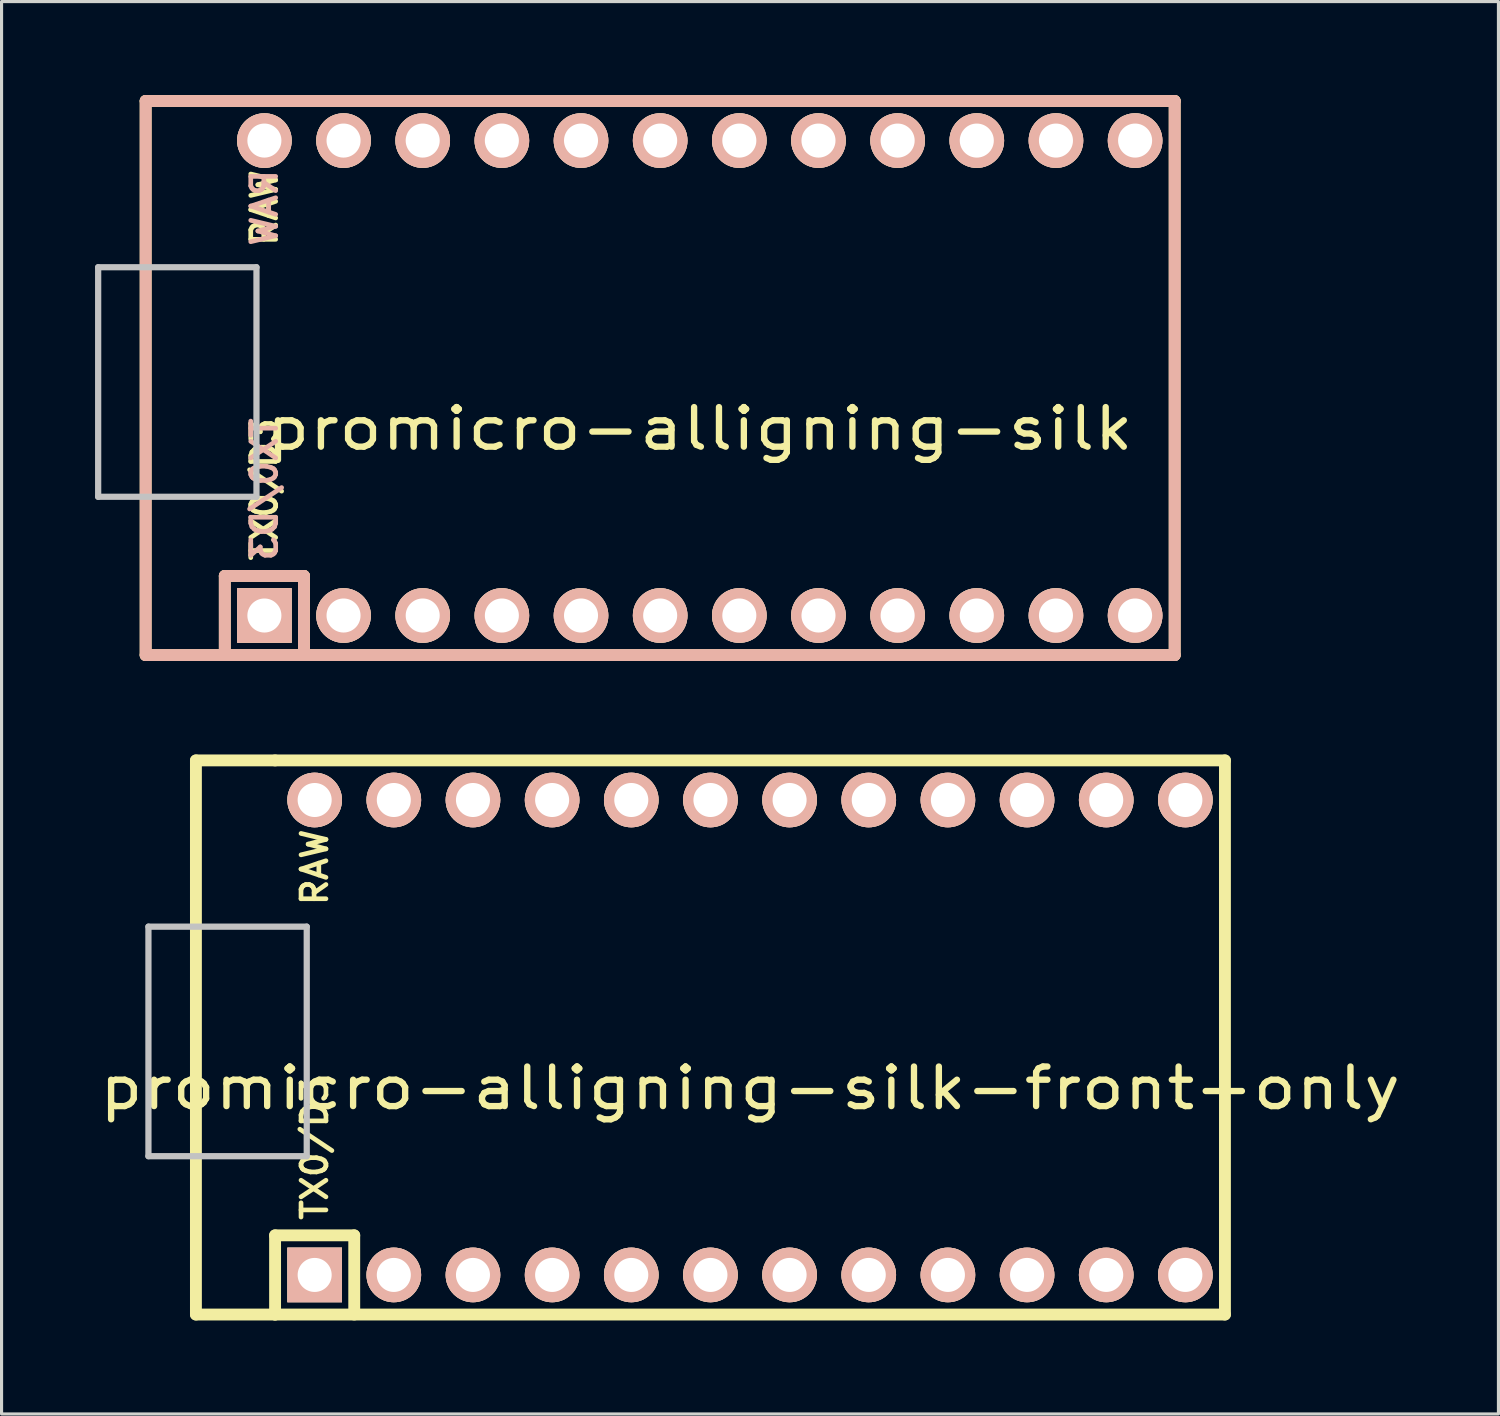
<source format=kicad_pcb>
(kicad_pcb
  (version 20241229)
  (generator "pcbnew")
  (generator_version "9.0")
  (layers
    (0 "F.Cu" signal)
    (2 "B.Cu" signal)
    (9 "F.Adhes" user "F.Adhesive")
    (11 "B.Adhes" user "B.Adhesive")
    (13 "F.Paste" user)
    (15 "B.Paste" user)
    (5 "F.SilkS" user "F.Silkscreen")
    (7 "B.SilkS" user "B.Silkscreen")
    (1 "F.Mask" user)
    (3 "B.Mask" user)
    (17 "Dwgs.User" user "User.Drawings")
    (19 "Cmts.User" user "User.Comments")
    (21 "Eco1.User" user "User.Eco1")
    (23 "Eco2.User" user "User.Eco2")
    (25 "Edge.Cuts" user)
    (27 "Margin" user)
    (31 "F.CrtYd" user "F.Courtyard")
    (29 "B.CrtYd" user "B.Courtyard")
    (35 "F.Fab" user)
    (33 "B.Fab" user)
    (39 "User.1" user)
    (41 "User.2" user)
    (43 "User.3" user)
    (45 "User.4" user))
  (footprint "promicro-alligning-silk"
    (layer "F.Cu")
    (at 19.404 9.081)
    (property "Reference" "promicro-alligning-silk" (at 0 1.625 180) (layer "F.SilkS") (effects (font (size 1.27 1.524) (thickness 0.203))))
    (attr through_hole)
    (fp_line (start -17.78 -8.89) (end -17.78 8.89) (stroke (width 0.381) (type solid)) (layer "F.SilkS"))
    (fp_line (start -17.78 8.89) (end -15.24 8.89) (stroke (width 0.381) (type solid)) (layer "F.SilkS"))
    (fp_line (start -15.24 -8.89) (end -17.78 -8.89) (stroke (width 0.381) (type solid)) (layer "F.SilkS"))
    (fp_line (start -15.24 6.35) (end -15.24 8.89) (stroke (width 0.381) (type solid)) (layer "F.SilkS"))
    (fp_line (start -15.24 6.35) (end -12.7 6.35) (stroke (width 0.381) (type solid)) (layer "F.SilkS"))
    (fp_line (start -15.24 8.89) (end 15.24 8.89) (stroke (width 0.381) (type solid)) (layer "F.SilkS"))
    (fp_line (start -12.7 6.35) (end -12.7 8.89) (stroke (width 0.381) (type solid)) (layer "F.SilkS"))
    (fp_line (start 15.24 -8.89) (end -15.24 -8.89) (stroke (width 0.381) (type solid)) (layer "F.SilkS"))
    (fp_line (start 15.24 8.89) (end 15.24 -8.89) (stroke (width 0.381) (type solid)) (layer "F.SilkS"))
    (fp_line (start -17.78 -8.89) (end -17.78 8.89) (stroke (width 0.381) (type solid)) (layer "B.SilkS"))
    (fp_line (start -17.78 8.89) (end 15.24 8.89) (stroke (width 0.381) (type solid)) (layer "B.SilkS"))
    (fp_line (start -15.24 6.35) (end -15.24 8.89) (stroke (width 0.381) (type solid)) (layer "B.SilkS"))
    (fp_line (start -15.24 6.35) (end -12.7 6.35) (stroke (width 0.381) (type solid)) (layer "B.SilkS"))
    (fp_line (start -12.7 6.35) (end -12.7 8.89) (stroke (width 0.381) (type solid)) (layer "B.SilkS"))
    (fp_line (start 15.24 -8.89) (end -17.78 -8.89) (stroke (width 0.381) (type solid)) (layer "B.SilkS"))
    (fp_line (start 15.24 8.89) (end 15.24 -8.89) (stroke (width 0.381) (type solid)) (layer "B.SilkS"))
    (fp_line (start -19.304 -3.556) (end -14.224 -3.556) (stroke (width 0.2) (type solid)) (layer "Dwgs.User"))
    (fp_line (start -19.304 3.81) (end -19.304 -3.556) (stroke (width 0.2) (type solid)) (layer "Dwgs.User"))
    (fp_line (start -14.224 -3.556) (end -14.224 3.81) (stroke (width 0.2) (type solid)) (layer "Dwgs.User"))
    (fp_line (start -14.224 3.81) (end -19.304 3.81) (stroke (width 0.2) (type solid)) (layer "Dwgs.User"))
    (fp_text user "RAW" (at -13.97 -5.461 90) (layer "F.SilkS") (effects (font (size 0.8 0.8) (thickness 0.15))))
    (fp_text user "TX0/D3" (at -13.97 3.572 90) (layer "F.SilkS") (effects (font (size 0.8 0.8) (thickness 0.15))))
    (fp_text user "RAW" (at -13.97 -5.461 90) (layer "B.SilkS") (effects (font (size 0.8 0.8) (thickness 0.15)) (justify mirror)))
    (fp_text user "TX0/D3" (at -13.97 3.572 90) (layer "B.SilkS") (effects (font (size 0.8 0.8) (thickness 0.15)) (justify mirror)))
    (pad "1" thru_hole rect (at -13.97 7.62) (size 1.753 1.753) (drill 1.092) (layers "*.Cu" "*.SilkS" "*.Mask"))
    (pad "2" thru_hole circle (at -11.43 7.62) (size 1.753 1.753) (drill 1.092) (layers "*.Cu" "*.SilkS" "*.Mask"))
    (pad "3" thru_hole circle (at -8.89 7.62) (size 1.753 1.753) (drill 1.092) (layers "*.Cu" "*.SilkS" "*.Mask"))
    (pad "4" thru_hole circle (at -6.35 7.62) (size 1.753 1.753) (drill 1.092) (layers "*.Cu" "*.SilkS" "*.Mask"))
    (pad "5" thru_hole circle (at -3.81 7.62) (size 1.753 1.753) (drill 1.092) (layers "*.Cu" "*.SilkS" "*.Mask"))
    (pad "6" thru_hole circle (at -1.27 7.62) (size 1.753 1.753) (drill 1.092) (layers "*.Cu" "*.SilkS" "*.Mask"))
    (pad "7" thru_hole circle (at 1.27 7.62) (size 1.753 1.753) (drill 1.092) (layers "*.Cu" "*.SilkS" "*.Mask"))
    (pad "8" thru_hole circle (at 3.81 7.62) (size 1.753 1.753) (drill 1.092) (layers "*.Cu" "*.SilkS" "*.Mask"))
    (pad "9" thru_hole circle (at 6.35 7.62) (size 1.753 1.753) (drill 1.092) (layers "*.Cu" "*.SilkS" "*.Mask"))
    (pad "10" thru_hole circle (at 8.89 7.62) (size 1.753 1.753) (drill 1.092) (layers "*.Cu" "*.SilkS" "*.Mask"))
    (pad "11" thru_hole circle (at 11.43 7.62) (size 1.753 1.753) (drill 1.092) (layers "*.Cu" "*.SilkS" "*.Mask"))
    (pad "12" thru_hole circle (at 13.97 7.62) (size 1.753 1.753) (drill 1.092) (layers "*.Cu" "*.SilkS" "*.Mask"))
    (pad "13" thru_hole circle (at 13.97 -7.62) (size 1.753 1.753) (drill 1.092) (layers "*.Cu" "*.SilkS" "*.Mask"))
    (pad "14" thru_hole circle (at 11.43 -7.62) (size 1.753 1.753) (drill 1.092) (layers "*.Cu" "*.SilkS" "*.Mask"))
    (pad "15" thru_hole circle (at 8.89 -7.62) (size 1.753 1.753) (drill 1.092) (layers "*.Cu" "*.SilkS" "*.Mask"))
    (pad "16" thru_hole circle (at 6.35 -7.62) (size 1.753 1.753) (drill 1.092) (layers "*.Cu" "*.SilkS" "*.Mask"))
    (pad "17" thru_hole circle (at 3.81 -7.62) (size 1.753 1.753) (drill 1.092) (layers "*.Cu" "*.SilkS" "*.Mask"))
    (pad "18" thru_hole circle (at 1.27 -7.62) (size 1.753 1.753) (drill 1.092) (layers "*.Cu" "*.SilkS" "*.Mask"))
    (pad "19" thru_hole circle (at -1.27 -7.62) (size 1.753 1.753) (drill 1.092) (layers "*.Cu" "*.SilkS" "*.Mask"))
    (pad "20" thru_hole circle (at -3.81 -7.62) (size 1.753 1.753) (drill 1.092) (layers "*.Cu" "*.SilkS" "*.Mask"))
    (pad "21" thru_hole circle (at -6.35 -7.62) (size 1.753 1.753) (drill 1.092) (layers "*.Cu" "*.SilkS" "*.Mask"))
    (pad "22" thru_hole circle (at -8.89 -7.62) (size 1.753 1.753) (drill 1.092) (layers "*.Cu" "*.SilkS" "*.Mask"))
    (pad "23" thru_hole circle (at -11.43 -7.62) (size 1.753 1.753) (drill 1.092) (layers "*.Cu" "*.SilkS" "*.Mask"))
    (pad "24" thru_hole circle (at -13.97 -7.62) (size 1.753 1.753) (drill 1.092) (layers "*.Cu" "*.SilkS" "*.Mask")))
  (footprint "promicro-alligning-silk-front-only"
    (layer "F.Cu")
    (at 21.017 30.241)
    (property "Reference" "promicro-alligning-silk-front-only" (at 0 1.625 180) (layer "F.SilkS") (effects (font (size 1.27 1.524) (thickness 0.203))))
    (attr through_hole)
    (fp_line (start -17.78 -8.89) (end -17.78 8.89) (stroke (width 0.381) (type solid)) (layer "F.SilkS"))
    (fp_line (start -17.78 8.89) (end -15.24 8.89) (stroke (width 0.381) (type solid)) (layer "F.SilkS"))
    (fp_line (start -15.24 -8.89) (end -17.78 -8.89) (stroke (width 0.381) (type solid)) (layer "F.SilkS"))
    (fp_line (start -15.24 6.35) (end -15.24 8.89) (stroke (width 0.381) (type solid)) (layer "F.SilkS"))
    (fp_line (start -15.24 6.35) (end -12.7 6.35) (stroke (width 0.381) (type solid)) (layer "F.SilkS"))
    (fp_line (start -15.24 8.89) (end 15.24 8.89) (stroke (width 0.381) (type solid)) (layer "F.SilkS"))
    (fp_line (start -12.7 6.35) (end -12.7 8.89) (stroke (width 0.381) (type solid)) (layer "F.SilkS"))
    (fp_line (start 15.24 -8.89) (end -15.24 -8.89) (stroke (width 0.381) (type solid)) (layer "F.SilkS"))
    (fp_line (start 15.24 8.89) (end 15.24 -8.89) (stroke (width 0.381) (type solid)) (layer "F.SilkS"))
    (fp_line (start -19.304 -3.556) (end -14.224 -3.556) (stroke (width 0.2) (type solid)) (layer "Dwgs.User"))
    (fp_line (start -19.304 3.81) (end -19.304 -3.556) (stroke (width 0.2) (type solid)) (layer "Dwgs.User"))
    (fp_line (start -14.224 -3.556) (end -14.224 3.81) (stroke (width 0.2) (type solid)) (layer "Dwgs.User"))
    (fp_line (start -14.224 3.81) (end -19.304 3.81) (stroke (width 0.2) (type solid)) (layer "Dwgs.User"))
    (fp_text user "TX0/D3" (at -13.97 3.572 90) (layer "F.SilkS") (effects (font (size 0.8 0.8) (thickness 0.15))))
    (fp_text user "RAW" (at -13.97 -5.461 90) (layer "F.SilkS") (effects (font (size 0.8 0.8) (thickness 0.15))))
    (pad "1" thru_hole rect (at -13.97 7.62) (size 1.753 1.753) (drill 1.092) (layers "*.Cu" "*.SilkS" "*.Mask"))
    (pad "2" thru_hole circle (at -11.43 7.62) (size 1.753 1.753) (drill 1.092) (layers "*.Cu" "*.SilkS" "*.Mask"))
    (pad "3" thru_hole circle (at -8.89 7.62) (size 1.753 1.753) (drill 1.092) (layers "*.Cu" "*.SilkS" "*.Mask"))
    (pad "4" thru_hole circle (at -6.35 7.62) (size 1.753 1.753) (drill 1.092) (layers "*.Cu" "*.SilkS" "*.Mask"))
    (pad "5" thru_hole circle (at -3.81 7.62) (size 1.753 1.753) (drill 1.092) (layers "*.Cu" "*.SilkS" "*.Mask"))
    (pad "6" thru_hole circle (at -1.27 7.62) (size 1.753 1.753) (drill 1.092) (layers "*.Cu" "*.SilkS" "*.Mask"))
    (pad "7" thru_hole circle (at 1.27 7.62) (size 1.753 1.753) (drill 1.092) (layers "*.Cu" "*.SilkS" "*.Mask"))
    (pad "8" thru_hole circle (at 3.81 7.62) (size 1.753 1.753) (drill 1.092) (layers "*.Cu" "*.SilkS" "*.Mask"))
    (pad "9" thru_hole circle (at 6.35 7.62) (size 1.753 1.753) (drill 1.092) (layers "*.Cu" "*.SilkS" "*.Mask"))
    (pad "10" thru_hole circle (at 8.89 7.62) (size 1.753 1.753) (drill 1.092) (layers "*.Cu" "*.SilkS" "*.Mask"))
    (pad "11" thru_hole circle (at 11.43 7.62) (size 1.753 1.753) (drill 1.092) (layers "*.Cu" "*.SilkS" "*.Mask"))
    (pad "12" thru_hole circle (at 13.97 7.62) (size 1.753 1.753) (drill 1.092) (layers "*.Cu" "*.SilkS" "*.Mask"))
    (pad "13" thru_hole circle (at 13.97 -7.62) (size 1.753 1.753) (drill 1.092) (layers "*.Cu" "*.SilkS" "*.Mask"))
    (pad "14" thru_hole circle (at 11.43 -7.62) (size 1.753 1.753) (drill 1.092) (layers "*.Cu" "*.SilkS" "*.Mask"))
    (pad "15" thru_hole circle (at 8.89 -7.62) (size 1.753 1.753) (drill 1.092) (layers "*.Cu" "*.SilkS" "*.Mask"))
    (pad "16" thru_hole circle (at 6.35 -7.62) (size 1.753 1.753) (drill 1.092) (layers "*.Cu" "*.SilkS" "*.Mask"))
    (pad "17" thru_hole circle (at 3.81 -7.62) (size 1.753 1.753) (drill 1.092) (layers "*.Cu" "*.SilkS" "*.Mask"))
    (pad "18" thru_hole circle (at 1.27 -7.62) (size 1.753 1.753) (drill 1.092) (layers "*.Cu" "*.SilkS" "*.Mask"))
    (pad "19" thru_hole circle (at -1.27 -7.62) (size 1.753 1.753) (drill 1.092) (layers "*.Cu" "*.SilkS" "*.Mask"))
    (pad "20" thru_hole circle (at -3.81 -7.62) (size 1.753 1.753) (drill 1.092) (layers "*.Cu" "*.SilkS" "*.Mask"))
    (pad "21" thru_hole circle (at -6.35 -7.62) (size 1.753 1.753) (drill 1.092) (layers "*.Cu" "*.SilkS" "*.Mask"))
    (pad "22" thru_hole circle (at -8.89 -7.62) (size 1.753 1.753) (drill 1.092) (layers "*.Cu" "*.SilkS" "*.Mask"))
    (pad "23" thru_hole circle (at -11.43 -7.62) (size 1.753 1.753) (drill 1.092) (layers "*.Cu" "*.SilkS" "*.Mask"))
    (pad "24" thru_hole circle (at -13.97 -7.62) (size 1.753 1.753) (drill 1.092) (layers "*.Cu" "*.SilkS" "*.Mask")))
  (gr_rect
    (start -3 -3)
    (end 45.033 42.322)
    (stroke (width 0.1) (type default))
    (fill no)
    (layer "Edge.Cuts")))
</source>
